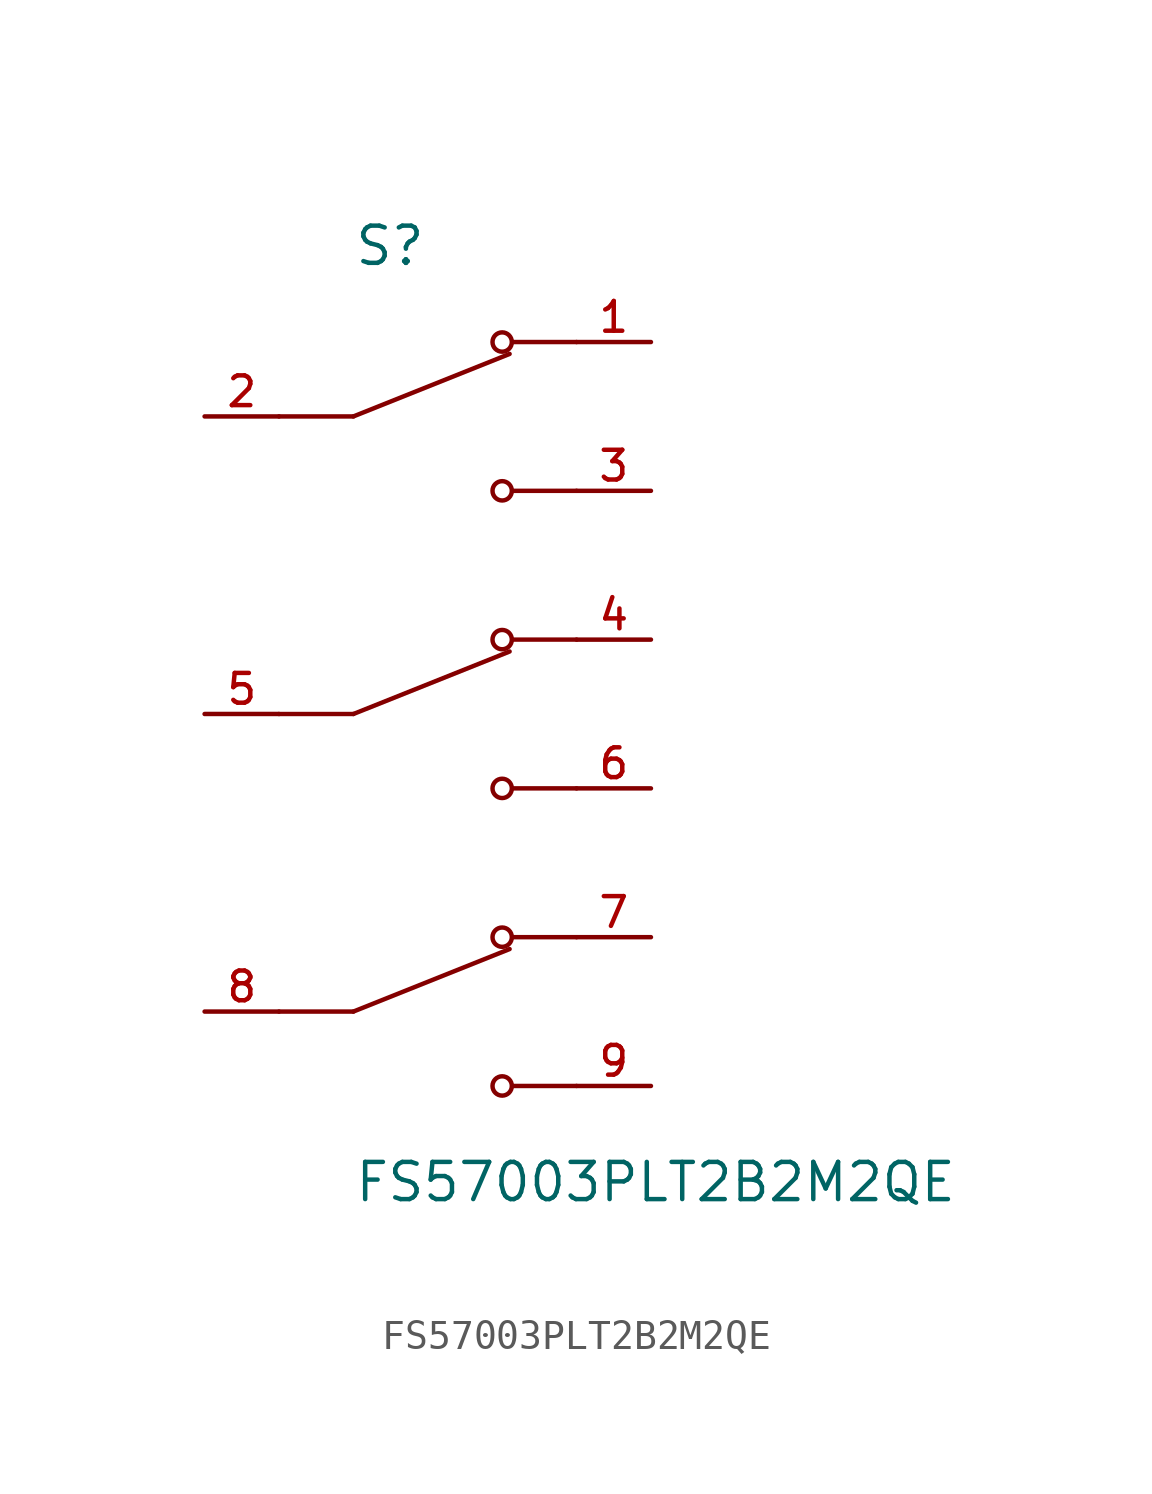
<source format=kicad_sym>
(kicad_symbol_lib
  (version 20211014)
  (generator kicad_symbol_editor)
  (symbol "FS57003PLT2B2M2QE"
    (pin_names
      (offset 1.016))
    (property "Reference" "S"
      (at -2.54 15.24 0)
      (effects (font (size 1.27 1.27)) (justify bottom left)))
    (property "Value" "FS57003PLT2B2M2QE"
      (at -2.54 -15.24 0)
      (effects (font (size 1.27 1.27)) (justify top left)))
    (symbol "FS57003PLT2B2M2QE_0_0"
      (polyline (pts (xy -2.54 10.16) (xy 2.794 12.294)) (stroke (width 0.152)))
      (circle (center 2.54 12.7) (radius 0.33) (stroke (width 0.152)) (fill (type none)))
      (circle (center 2.54 7.62) (radius 0.33) (stroke (width 0.152)) (fill (type none)))
      (polyline (pts (xy 5.08 7.62) (xy 2.921 7.62)) (stroke (width 0.152)))
      (polyline (pts (xy 5.08 12.7) (xy 2.921 12.7)) (stroke (width 0.152)))
      (polyline (pts (xy -2.54 10.16) (xy -5.08 10.16)) (stroke (width 0.152)))
      (polyline (pts (xy -2.54 0.0) (xy 2.794 2.134)) (stroke (width 0.152)))
      (circle (center 2.54 2.54) (radius 0.33) (stroke (width 0.152)) (fill (type none)))
      (circle (center 2.54 -2.54) (radius 0.33) (stroke (width 0.152)) (fill (type none)))
      (polyline (pts (xy 5.08 -2.54) (xy 2.921 -2.54)) (stroke (width 0.152)))
      (polyline (pts (xy 5.08 2.54) (xy 2.921 2.54)) (stroke (width 0.152)))
      (polyline (pts (xy -2.54 0.0) (xy -5.08 0.0)) (stroke (width 0.152)))
      (polyline (pts (xy -2.54 -10.16) (xy 2.794 -8.026)) (stroke (width 0.152)))
      (circle (center 2.54 -7.62) (radius 0.33) (stroke (width 0.152)) (fill (type none)))
      (circle (center 2.54 -12.7) (radius 0.33) (stroke (width 0.152)) (fill (type none)))
      (polyline (pts (xy 5.08 -12.7) (xy 2.921 -12.7)) (stroke (width 0.152)))
      (polyline (pts (xy 5.08 -7.62) (xy 2.921 -7.62)) (stroke (width 0.152)))
      (polyline (pts (xy -2.54 -10.16) (xy -5.08 -10.16)) (stroke (width 0.152)))
      (pin passive line (at 7.62 12.7 180.0) (length 2.54) (name "~" (effects (font (size 1.016 1.016)))) (number "1" (effects (font (size 1.016 1.016)))))
      (pin passive line (at -7.62 10.16 0) (length 2.54) (name "~" (effects (font (size 1.016 1.016)))) (number "2" (effects (font (size 1.016 1.016)))))
      (pin passive line (at 7.62 7.62 180.0) (length 2.54) (name "~" (effects (font (size 1.016 1.016)))) (number "3" (effects (font (size 1.016 1.016)))))
      (pin passive line (at 7.62 2.54 180.0) (length 2.54) (name "~" (effects (font (size 1.016 1.016)))) (number "4" (effects (font (size 1.016 1.016)))))
      (pin passive line (at -7.62 0.0 0) (length 2.54) (name "~" (effects (font (size 1.016 1.016)))) (number "5" (effects (font (size 1.016 1.016)))))
      (pin passive line (at 7.62 -2.54 180.0) (length 2.54) (name "~" (effects (font (size 1.016 1.016)))) (number "6" (effects (font (size 1.016 1.016)))))
      (pin passive line (at 7.62 -7.62 180.0) (length 2.54) (name "~" (effects (font (size 1.016 1.016)))) (number "7" (effects (font (size 1.016 1.016)))))
      (pin passive line (at -7.62 -10.16 0) (length 2.54) (name "~" (effects (font (size 1.016 1.016)))) (number "8" (effects (font (size 1.016 1.016)))))
      (pin passive line (at 7.62 -12.7 180.0) (length 2.54) (name "~" (effects (font (size 1.016 1.016)))) (number "9" (effects (font (size 1.016 1.016))))))))
</source>
